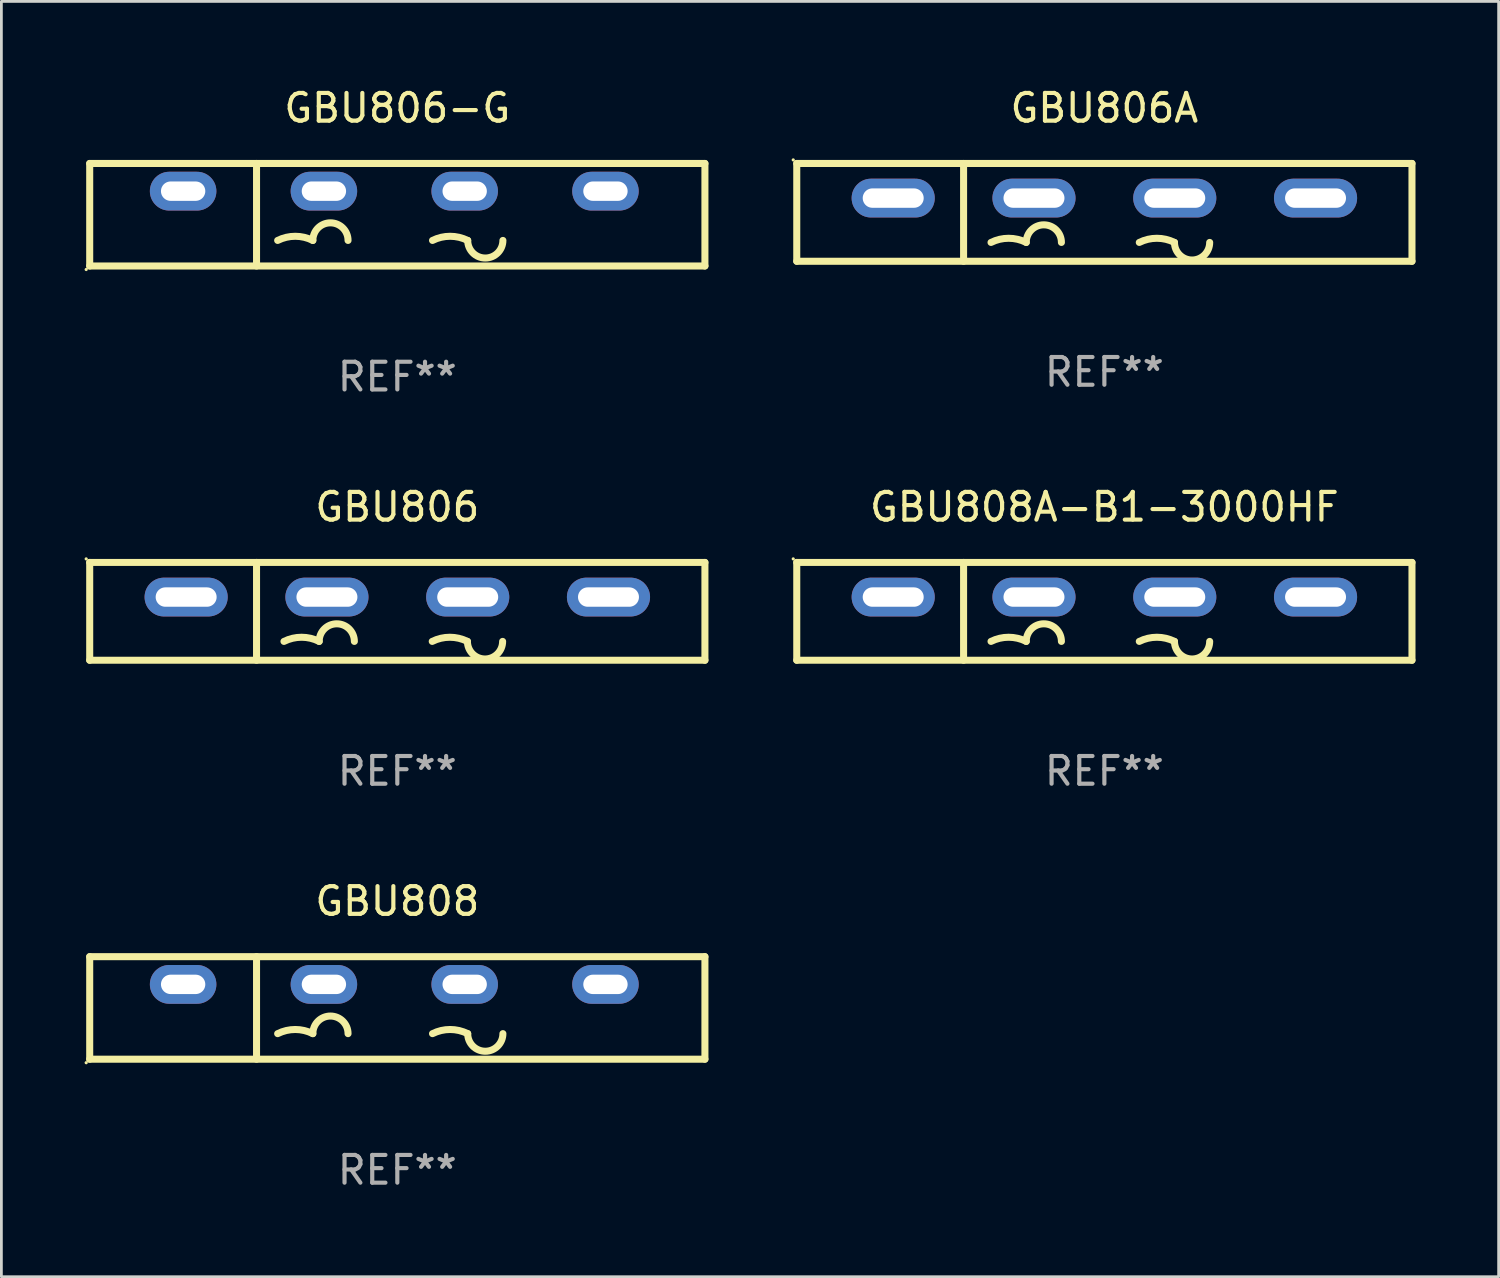
<source format=kicad_pcb>
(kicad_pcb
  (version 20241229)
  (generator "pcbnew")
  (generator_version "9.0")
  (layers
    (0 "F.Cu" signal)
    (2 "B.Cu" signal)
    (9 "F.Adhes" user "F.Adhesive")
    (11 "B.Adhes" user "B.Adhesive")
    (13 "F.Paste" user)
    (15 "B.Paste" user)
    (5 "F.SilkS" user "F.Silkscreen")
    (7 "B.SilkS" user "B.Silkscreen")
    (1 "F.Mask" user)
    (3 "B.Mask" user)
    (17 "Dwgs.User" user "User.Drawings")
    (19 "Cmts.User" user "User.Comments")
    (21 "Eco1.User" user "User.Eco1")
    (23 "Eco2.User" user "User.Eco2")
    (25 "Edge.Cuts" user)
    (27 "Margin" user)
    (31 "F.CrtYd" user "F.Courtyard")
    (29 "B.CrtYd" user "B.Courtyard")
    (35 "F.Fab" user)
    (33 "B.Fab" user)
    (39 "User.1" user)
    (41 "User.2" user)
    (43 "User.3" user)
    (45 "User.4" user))
  (footprint "GBU806-G"
    (layer "F.Cu")
    (at 11.287 4.698)
    (property "Reference" "GBU806-G" (at 0 -3.85 0) (layer "F.SilkS") (effects (font (size 1 1) (thickness 0.15))))
    (attr through_hole)
    (fp_line (start -11.1 -1.85) (end 11.1 -1.85) (stroke (width 0.254) (type solid)) (layer "F.SilkS"))
    (fp_line (start -11.1 1.85) (end -11.1 -1.85) (stroke (width 0.254) (type solid)) (layer "F.SilkS"))
    (fp_line (start -5.08 -1.85) (end -5.08 1.85) (stroke (width 0.254) (type solid)) (layer "F.SilkS"))
    (fp_line (start 11.1 -1.85) (end 11.1 1.85) (stroke (width 0.254) (type solid)) (layer "F.SilkS"))
    (fp_line (start 11.1 1.85) (end -11.1 1.85) (stroke (width 0.254) (type solid)) (layer "F.SilkS"))
    (fp_arc (start -4.318009 0.927991) (mid -3.683008 0.778087) (end -3.048007 0.92799) (stroke (width 0.254001) (type solid)) (layer "F.SilkS"))
    (fp_arc (start -3.048006 0.927991) (mid -2.413005 0.29299) (end -1.778004 0.927991) (stroke (width 0.254001) (type solid)) (layer "F.SilkS"))
    (fp_arc (start 1.270003 0.927991) (mid 1.905004 0.778088) (end 2.540005 0.927991) (stroke (width 0.254001) (type solid)) (layer "F.SilkS"))
    (fp_arc (start 3.810008 0.927991) (mid 3.175006 1.562993) (end 2.540004 0.927991) (stroke (width 0.254001) (type solid)) (layer "F.SilkS"))
    (fp_circle (center -11.227 1.977) (end -11.197 1.977) (stroke (width 0.06) (type solid)) (fill no) (layer "F.SilkS"))
    (fp_text user "-" (at 6.751 0.85 0) (layer "B.Mask") (effects (font (size 1 1) (thickness 0.15))))
    (fp_text user "+" (at -8.549 0.85 0) (layer "B.Mask") (effects (font (size 1 1) (thickness 0.15))))
    (fp_text user "REF**" (at 0 5.85 0) (layer "F.Fab") (effects (font (size 1 1) (thickness 0.15))))
    (pad "1" thru_hole oval (at -7.729 -0.85 180) (size 2.4 1.4) (drill oval 1.6 0.7) (layers "*.Cu" "*.Mask"))
    (pad "2" thru_hole oval (at -2.649 -0.85 180) (size 2.4 1.4) (drill oval 1.6 0.7) (layers "*.Cu" "*.Mask"))
    (pad "3" thru_hole oval (at 2.431 -0.85 180) (size 2.4 1.4) (drill oval 1.6 0.7) (layers "*.Cu" "*.Mask"))
    (pad "4" thru_hole oval (at 7.511 -0.85 180) (size 2.4 1.4) (drill oval 1.6 0.7) (layers "*.Cu" "*.Mask")))
  (footprint "GBU806A"
    (layer "F.Cu")
    (at 36.801 4.613)
    (property "Reference" "GBU806A" (at 0 -3.765 0) (layer "F.SilkS") (effects (font (size 1 1) (thickness 0.15))))
    (attr through_hole)
    (fp_line (start -11.1 -1.765) (end 11.1 -1.765) (stroke (width 0.254) (type solid)) (layer "F.SilkS"))
    (fp_line (start -11.1 1.765) (end -11.1 -1.765) (stroke (width 0.254) (type solid)) (layer "F.SilkS"))
    (fp_line (start -5.08 -1.765) (end -5.08 1.765) (stroke (width 0.254) (type solid)) (layer "F.SilkS"))
    (fp_line (start 11.1 -1.765) (end 11.1 1.765) (stroke (width 0.254) (type solid)) (layer "F.SilkS"))
    (fp_line (start 11.1 1.765) (end -11.1 1.765) (stroke (width 0.254) (type solid)) (layer "F.SilkS"))
    (fp_arc (start -4.089992 1.084963) (mid -3.454991 0.93506) (end -2.819989 1.084963) (stroke (width 0.254001) (type solid)) (layer "F.SilkS"))
    (fp_arc (start -2.819991 1.084963) (mid -2.184989 0.449961) (end -1.549987 1.084963) (stroke (width 0.254001) (type solid)) (layer "F.SilkS"))
    (fp_arc (start 1.259995 1.084963) (mid 1.894996 0.93506) (end 2.529998 1.084963) (stroke (width 0.254001) (type solid)) (layer "F.SilkS"))
    (fp_arc (start 3.8 1.084963) (mid 3.164999 1.719964) (end 2.529998 1.084963) (stroke (width 0.254001) (type solid)) (layer "F.SilkS"))
    (fp_circle (center -11.227 -1.892) (end -11.197 -1.892) (stroke (width 0.06) (type solid)) (fill no) (layer "F.SilkS"))
    (fp_text user "-" (at 8.65 3.335 0) (layer "B.Mask") (effects (font (size 1 1) (thickness 0.15))))
    (fp_text user "+" (at -7 3.085 0) (layer "B.Mask") (effects (font (size 1 1) (thickness 0.15))))
    (fp_text user "REF**" (at 0 5.765 0) (layer "F.Fab") (effects (font (size 1 1) (thickness 0.15))))
    (pad "1" thru_hole oval (at -7.62 -0.515 180) (size 3 1.4) (drill oval 2.2 0.7) (layers "*.Cu" "*.Mask"))
    (pad "2" thru_hole oval (at -2.54 -0.515 180) (size 3 1.4) (drill oval 2.2 0.7) (layers "*.Cu" "*.Mask"))
    (pad "3" thru_hole oval (at 2.54 -0.515 180) (size 3 1.4) (drill oval 2.2 0.7) (layers "*.Cu" "*.Mask"))
    (pad "4" thru_hole oval (at 7.62 -0.515 180) (size 3 1.4) (drill oval 2.2 0.7) (layers "*.Cu" "*.Mask")))
  (footprint "GBU808"
    (layer "F.Cu")
    (at 11.287 33.321)
    (property "Reference" "GBU808" (at 0 -3.85 0) (layer "F.SilkS") (effects (font (size 1 1) (thickness 0.15))))
    (attr through_hole)
    (fp_line (start -11.1 -1.85) (end 11.1 -1.85) (stroke (width 0.254) (type solid)) (layer "F.SilkS"))
    (fp_line (start -11.1 1.85) (end -11.1 -1.85) (stroke (width 0.254) (type solid)) (layer "F.SilkS"))
    (fp_line (start -5.08 -1.85) (end -5.08 1.85) (stroke (width 0.254) (type solid)) (layer "F.SilkS"))
    (fp_line (start 11.1 -1.85) (end 11.1 1.85) (stroke (width 0.254) (type solid)) (layer "F.SilkS"))
    (fp_line (start 11.1 1.85) (end -11.1 1.85) (stroke (width 0.254) (type solid)) (layer "F.SilkS"))
    (fp_arc (start -4.318009 0.927991) (mid -3.683008 0.778087) (end -3.048007 0.92799) (stroke (width 0.254001) (type solid)) (layer "F.SilkS"))
    (fp_arc (start -3.048006 0.927991) (mid -2.413005 0.29299) (end -1.778004 0.927991) (stroke (width 0.254001) (type solid)) (layer "F.SilkS"))
    (fp_arc (start 1.270003 0.927991) (mid 1.905004 0.778088) (end 2.540005 0.927991) (stroke (width 0.254001) (type solid)) (layer "F.SilkS"))
    (fp_arc (start 3.810008 0.927991) (mid 3.175006 1.562993) (end 2.540004 0.927991) (stroke (width 0.254001) (type solid)) (layer "F.SilkS"))
    (fp_circle (center -11.227 1.977) (end -11.197 1.977) (stroke (width 0.06) (type solid)) (fill no) (layer "F.SilkS"))
    (fp_text user "-" (at 6.751 0.85 0) (layer "B.Mask") (effects (font (size 1 1) (thickness 0.15))))
    (fp_text user "+" (at -8.549 0.85 0) (layer "B.Mask") (effects (font (size 1 1) (thickness 0.15))))
    (fp_text user "REF**" (at 0 5.85 0) (layer "F.Fab") (effects (font (size 1 1) (thickness 0.15))))
    (pad "1" thru_hole oval (at -7.729 -0.85 180) (size 2.4 1.4) (drill oval 1.6 0.7) (layers "*.Cu" "*.Mask"))
    (pad "2" thru_hole oval (at -2.649 -0.85 180) (size 2.4 1.4) (drill oval 1.6 0.7) (layers "*.Cu" "*.Mask"))
    (pad "3" thru_hole oval (at 2.431 -0.85 180) (size 2.4 1.4) (drill oval 1.6 0.7) (layers "*.Cu" "*.Mask"))
    (pad "4" thru_hole oval (at 7.511 -0.85 180) (size 2.4 1.4) (drill oval 1.6 0.7) (layers "*.Cu" "*.Mask")))
  (footprint "GBU808A-B1-3000HF"
    (layer "F.Cu")
    (at 36.801 19.01)
    (property "Reference" "GBU808A-B1-3000HF" (at 0 -3.765 0) (layer "F.SilkS") (effects (font (size 1 1) (thickness 0.15))))
    (attr through_hole)
    (fp_line (start -11.1 -1.765) (end 11.1 -1.765) (stroke (width 0.254) (type solid)) (layer "F.SilkS"))
    (fp_line (start -11.1 1.765) (end -11.1 -1.765) (stroke (width 0.254) (type solid)) (layer "F.SilkS"))
    (fp_line (start -5.08 -1.765) (end -5.08 1.765) (stroke (width 0.254) (type solid)) (layer "F.SilkS"))
    (fp_line (start 11.1 -1.765) (end 11.1 1.765) (stroke (width 0.254) (type solid)) (layer "F.SilkS"))
    (fp_line (start 11.1 1.765) (end -11.1 1.765) (stroke (width 0.254) (type solid)) (layer "F.SilkS"))
    (fp_arc (start -4.089992 1.084963) (mid -3.454991 0.93506) (end -2.819989 1.084963) (stroke (width 0.254001) (type solid)) (layer "F.SilkS"))
    (fp_arc (start -2.819991 1.084963) (mid -2.184989 0.449961) (end -1.549987 1.084963) (stroke (width 0.254001) (type solid)) (layer "F.SilkS"))
    (fp_arc (start 1.259995 1.084963) (mid 1.894996 0.93506) (end 2.529998 1.084963) (stroke (width 0.254001) (type solid)) (layer "F.SilkS"))
    (fp_arc (start 3.8 1.084963) (mid 3.164999 1.719964) (end 2.529998 1.084963) (stroke (width 0.254001) (type solid)) (layer "F.SilkS"))
    (fp_circle (center -11.227 -1.892) (end -11.197 -1.892) (stroke (width 0.06) (type solid)) (fill no) (layer "F.SilkS"))
    (fp_text user "-" (at 8.65 3.335 0) (layer "B.Mask") (effects (font (size 1 1) (thickness 0.15))))
    (fp_text user "+" (at -7 3.085 0) (layer "B.Mask") (effects (font (size 1 1) (thickness 0.15))))
    (fp_text user "REF**" (at 0 5.765 0) (layer "F.Fab") (effects (font (size 1 1) (thickness 0.15))))
    (pad "1" thru_hole oval (at -7.62 -0.515 180) (size 3 1.4) (drill oval 2.2 0.7) (layers "*.Cu" "*.Mask"))
    (pad "2" thru_hole oval (at -2.54 -0.515 180) (size 3 1.4) (drill oval 2.2 0.7) (layers "*.Cu" "*.Mask"))
    (pad "3" thru_hole oval (at 2.54 -0.515 180) (size 3 1.4) (drill oval 2.2 0.7) (layers "*.Cu" "*.Mask"))
    (pad "4" thru_hole oval (at 7.62 -0.515 180) (size 3 1.4) (drill oval 2.2 0.7) (layers "*.Cu" "*.Mask")))
  (footprint "GBU806"
    (layer "F.Cu")
    (at 11.287 19.01)
    (property "Reference" "GBU806" (at 0 -3.765 0) (layer "F.SilkS") (effects (font (size 1 1) (thickness 0.15))))
    (attr through_hole)
    (fp_line (start -11.1 -1.765) (end 11.1 -1.765) (stroke (width 0.254) (type solid)) (layer "F.SilkS"))
    (fp_line (start -11.1 1.765) (end -11.1 -1.765) (stroke (width 0.254) (type solid)) (layer "F.SilkS"))
    (fp_line (start -5.08 -1.765) (end -5.08 1.765) (stroke (width 0.254) (type solid)) (layer "F.SilkS"))
    (fp_line (start 11.1 -1.765) (end 11.1 1.765) (stroke (width 0.254) (type solid)) (layer "F.SilkS"))
    (fp_line (start 11.1 1.765) (end -11.1 1.765) (stroke (width 0.254) (type solid)) (layer "F.SilkS"))
    (fp_arc (start -4.089992 1.084963) (mid -3.454991 0.93506) (end -2.819989 1.084963) (stroke (width 0.254001) (type solid)) (layer "F.SilkS"))
    (fp_arc (start -2.819991 1.084963) (mid -2.184989 0.449961) (end -1.549987 1.084963) (stroke (width 0.254001) (type solid)) (layer "F.SilkS"))
    (fp_arc (start 1.259995 1.084963) (mid 1.894996 0.93506) (end 2.529998 1.084963) (stroke (width 0.254001) (type solid)) (layer "F.SilkS"))
    (fp_arc (start 3.8 1.084963) (mid 3.164999 1.719964) (end 2.529998 1.084963) (stroke (width 0.254001) (type solid)) (layer "F.SilkS"))
    (fp_circle (center -11.227 -1.892) (end -11.197 -1.892) (stroke (width 0.06) (type solid)) (fill no) (layer "F.SilkS"))
    (fp_text user "-" (at 8.65 3.335 0) (layer "B.Mask") (effects (font (size 1 1) (thickness 0.15))))
    (fp_text user "+" (at -7 3.085 0) (layer "B.Mask") (effects (font (size 1 1) (thickness 0.15))))
    (fp_text user "REF**" (at 0 5.765 0) (layer "F.Fab") (effects (font (size 1 1) (thickness 0.15))))
    (pad "1" thru_hole oval (at -7.62 -0.515 180) (size 3 1.4) (drill oval 2.2 0.7) (layers "*.Cu" "*.Mask"))
    (pad "2" thru_hole oval (at -2.54 -0.515 180) (size 3 1.4) (drill oval 2.2 0.7) (layers "*.Cu" "*.Mask"))
    (pad "3" thru_hole oval (at 2.54 -0.515 180) (size 3 1.4) (drill oval 2.2 0.7) (layers "*.Cu" "*.Mask"))
    (pad "4" thru_hole oval (at 7.62 -0.515 180) (size 3 1.4) (drill oval 2.2 0.7) (layers "*.Cu" "*.Mask")))
  (gr_rect
    (start -3 -3)
    (end 51.028 43.02)
    (stroke (width 0.1) (type default))
    (fill no)
    (layer "Edge.Cuts")))
</source>
